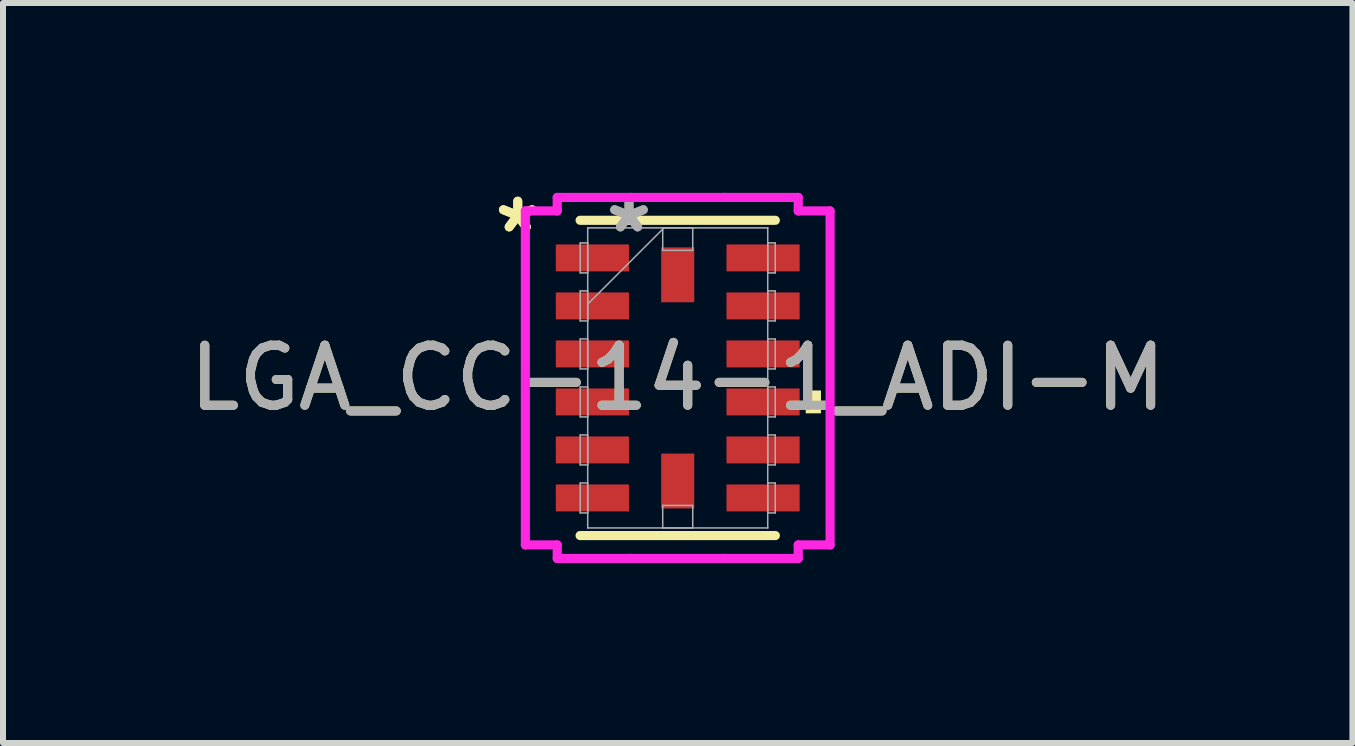
<source format=kicad_pcb>
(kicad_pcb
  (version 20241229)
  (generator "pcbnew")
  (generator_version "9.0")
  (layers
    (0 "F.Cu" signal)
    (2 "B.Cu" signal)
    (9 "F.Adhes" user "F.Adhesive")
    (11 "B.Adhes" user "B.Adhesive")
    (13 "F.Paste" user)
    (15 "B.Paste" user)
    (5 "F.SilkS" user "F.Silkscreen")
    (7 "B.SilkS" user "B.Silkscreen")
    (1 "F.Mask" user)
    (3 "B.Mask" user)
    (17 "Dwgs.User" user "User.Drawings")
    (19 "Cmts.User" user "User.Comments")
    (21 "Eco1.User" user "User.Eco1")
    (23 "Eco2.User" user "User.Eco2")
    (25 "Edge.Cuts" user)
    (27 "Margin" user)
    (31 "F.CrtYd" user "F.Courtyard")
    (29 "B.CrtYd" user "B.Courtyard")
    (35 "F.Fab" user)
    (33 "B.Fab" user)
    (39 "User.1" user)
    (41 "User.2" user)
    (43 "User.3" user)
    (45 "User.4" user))
  (footprint "LGA_CC-14-1_ADI-M"
    (layer "F.Cu")
    (at 8.244 3.248)
    (property "Reference" "LGA_CC-14-1_ADI-M" (at 0 0 0) (unlocked yes) (layer "F.SilkS") (effects (font (size 1 1) (thickness 0.15))))
    (attr smd)
    (fp_line (start -1.627 2.627) (end 1.627 2.627) (stroke (width 0.152) (type solid)) (layer "F.SilkS"))
    (fp_line (start 1.627 -2.627) (end -1.627 -2.627) (stroke (width 0.152) (type solid)) (layer "F.SilkS"))
    (fp_poly (pts (xy 2.387 0.209) (xy 2.387 0.59) (xy 2.133 0.59) (xy 2.133 0.209)) (stroke (width 0) (type solid)) (fill yes) (layer "F.SilkS"))
    (fp_line (start -2.539 -2.783) (end -2.008 -2.783) (stroke (width 0.152) (type solid)) (layer "F.CrtYd"))
    (fp_line (start -2.539 2.783) (end -2.539 -2.783) (stroke (width 0.152) (type solid)) (layer "F.CrtYd"))
    (fp_line (start -2.008 -3.008) (end -0.783 -3.008) (stroke (width 0.152) (type solid)) (layer "F.CrtYd"))
    (fp_line (start -2.008 -2.783) (end -2.008 -3.008) (stroke (width 0.152) (type solid)) (layer "F.CrtYd"))
    (fp_line (start -2.008 2.783) (end -2.539 2.783) (stroke (width 0.152) (type solid)) (layer "F.CrtYd"))
    (fp_line (start -2.008 3.008) (end -2.008 2.783) (stroke (width 0.152) (type solid)) (layer "F.CrtYd"))
    (fp_line (start -0.783 -3.008) (end -0.783 -3.008) (stroke (width 0.152) (type solid)) (layer "F.CrtYd"))
    (fp_line (start -0.783 -3.008) (end 0.783 -3.008) (stroke (width 0.152) (type solid)) (layer "F.CrtYd"))
    (fp_line (start -0.783 3.008) (end -2.008 3.008) (stroke (width 0.152) (type solid)) (layer "F.CrtYd"))
    (fp_line (start -0.783 3.008) (end -0.783 3.008) (stroke (width 0.152) (type solid)) (layer "F.CrtYd"))
    (fp_line (start 0.783 -3.008) (end 0.783 -3.008) (stroke (width 0.152) (type solid)) (layer "F.CrtYd"))
    (fp_line (start 0.783 -3.008) (end 2.008 -3.008) (stroke (width 0.152) (type solid)) (layer "F.CrtYd"))
    (fp_line (start 0.783 3.008) (end -0.783 3.008) (stroke (width 0.152) (type solid)) (layer "F.CrtYd"))
    (fp_line (start 0.783 3.008) (end 0.783 3.008) (stroke (width 0.152) (type solid)) (layer "F.CrtYd"))
    (fp_line (start 2.008 -3.008) (end 2.008 -2.783) (stroke (width 0.152) (type solid)) (layer "F.CrtYd"))
    (fp_line (start 2.008 -2.783) (end 2.539 -2.783) (stroke (width 0.152) (type solid)) (layer "F.CrtYd"))
    (fp_line (start 2.008 2.783) (end 2.008 3.008) (stroke (width 0.152) (type solid)) (layer "F.CrtYd"))
    (fp_line (start 2.008 3.008) (end 0.783 3.008) (stroke (width 0.152) (type solid)) (layer "F.CrtYd"))
    (fp_line (start 2.539 -2.783) (end 2.539 2.783) (stroke (width 0.152) (type solid)) (layer "F.CrtYd"))
    (fp_line (start 2.539 2.783) (end 2.008 2.783) (stroke (width 0.152) (type solid)) (layer "F.CrtYd"))
    (fp_line (start -1.625 -2.25) (end -1.625 -1.75) (stroke (width 0.025) (type solid)) (layer "F.Fab"))
    (fp_line (start -1.625 -1.75) (end -1.5 -1.75) (stroke (width 0.025) (type solid)) (layer "F.Fab"))
    (fp_line (start -1.625 -1.45) (end -1.625 -0.95) (stroke (width 0.025) (type solid)) (layer "F.Fab"))
    (fp_line (start -1.625 -0.95) (end -1.5 -0.95) (stroke (width 0.025) (type solid)) (layer "F.Fab"))
    (fp_line (start -1.625 -0.65) (end -1.625 -0.15) (stroke (width 0.025) (type solid)) (layer "F.Fab"))
    (fp_line (start -1.625 -0.15) (end -1.5 -0.15) (stroke (width 0.025) (type solid)) (layer "F.Fab"))
    (fp_line (start -1.625 0.15) (end -1.625 0.65) (stroke (width 0.025) (type solid)) (layer "F.Fab"))
    (fp_line (start -1.625 0.65) (end -1.5 0.65) (stroke (width 0.025) (type solid)) (layer "F.Fab"))
    (fp_line (start -1.625 0.95) (end -1.625 1.45) (stroke (width 0.025) (type solid)) (layer "F.Fab"))
    (fp_line (start -1.625 1.45) (end -1.5 1.45) (stroke (width 0.025) (type solid)) (layer "F.Fab"))
    (fp_line (start -1.625 1.75) (end -1.625 2.25) (stroke (width 0.025) (type solid)) (layer "F.Fab"))
    (fp_line (start -1.625 2.25) (end -1.5 2.25) (stroke (width 0.025) (type solid)) (layer "F.Fab"))
    (fp_line (start -1.5 -2.5) (end -1.5 -2.5) (stroke (width 0.025) (type solid)) (layer "F.Fab"))
    (fp_line (start -1.5 -2.5) (end -1.5 2.5) (stroke (width 0.025) (type solid)) (layer "F.Fab"))
    (fp_line (start -1.5 -2.25) (end -1.625 -2.25) (stroke (width 0.025) (type solid)) (layer "F.Fab"))
    (fp_line (start -1.5 -1.75) (end -1.5 -2.25) (stroke (width 0.025) (type solid)) (layer "F.Fab"))
    (fp_line (start -1.5 -1.45) (end -1.625 -1.45) (stroke (width 0.025) (type solid)) (layer "F.Fab"))
    (fp_line (start -1.5 -1.23) (end -0.23 -2.5) (stroke (width 0.025) (type solid)) (layer "F.Fab"))
    (fp_line (start -1.5 -0.95) (end -1.5 -1.45) (stroke (width 0.025) (type solid)) (layer "F.Fab"))
    (fp_line (start -1.5 -0.65) (end -1.625 -0.65) (stroke (width 0.025) (type solid)) (layer "F.Fab"))
    (fp_line (start -1.5 -0.15) (end -1.5 -0.65) (stroke (width 0.025) (type solid)) (layer "F.Fab"))
    (fp_line (start -1.5 0.15) (end -1.625 0.15) (stroke (width 0.025) (type solid)) (layer "F.Fab"))
    (fp_line (start -1.5 0.65) (end -1.5 0.15) (stroke (width 0.025) (type solid)) (layer "F.Fab"))
    (fp_line (start -1.5 0.95) (end -1.625 0.95) (stroke (width 0.025) (type solid)) (layer "F.Fab"))
    (fp_line (start -1.5 1.45) (end -1.5 0.95) (stroke (width 0.025) (type solid)) (layer "F.Fab"))
    (fp_line (start -1.5 1.75) (end -1.625 1.75) (stroke (width 0.025) (type solid)) (layer "F.Fab"))
    (fp_line (start -1.5 2.25) (end -1.5 1.75) (stroke (width 0.025) (type solid)) (layer "F.Fab"))
    (fp_line (start -1.5 2.5) (end -1.5 2.5) (stroke (width 0.025) (type solid)) (layer "F.Fab"))
    (fp_line (start -1.5 2.5) (end 1.5 2.5) (stroke (width 0.025) (type solid)) (layer "F.Fab"))
    (fp_line (start -0.25 -2.5) (end 0.25 -2.5) (stroke (width 0.025) (type solid)) (layer "F.Fab"))
    (fp_line (start -0.25 -2.125) (end -0.25 -2.5) (stroke (width 0.025) (type solid)) (layer "F.Fab"))
    (fp_line (start -0.25 2.125) (end 0.25 2.125) (stroke (width 0.025) (type solid)) (layer "F.Fab"))
    (fp_line (start -0.25 2.5) (end -0.25 2.125) (stroke (width 0.025) (type solid)) (layer "F.Fab"))
    (fp_line (start 0.25 -2.5) (end 0.25 -2.125) (stroke (width 0.025) (type solid)) (layer "F.Fab"))
    (fp_line (start 0.25 -2.125) (end -0.25 -2.125) (stroke (width 0.025) (type solid)) (layer "F.Fab"))
    (fp_line (start 0.25 2.125) (end 0.25 2.5) (stroke (width 0.025) (type solid)) (layer "F.Fab"))
    (fp_line (start 0.25 2.5) (end -0.25 2.5) (stroke (width 0.025) (type solid)) (layer "F.Fab"))
    (fp_line (start 1.5 -2.5) (end -1.5 -2.5) (stroke (width 0.025) (type solid)) (layer "F.Fab"))
    (fp_line (start 1.5 -2.5) (end 1.5 -2.5) (stroke (width 0.025) (type solid)) (layer "F.Fab"))
    (fp_line (start 1.5 -2.25) (end 1.5 -1.75) (stroke (width 0.025) (type solid)) (layer "F.Fab"))
    (fp_line (start 1.5 -1.75) (end 1.625 -1.75) (stroke (width 0.025) (type solid)) (layer "F.Fab"))
    (fp_line (start 1.5 -1.45) (end 1.5 -0.95) (stroke (width 0.025) (type solid)) (layer "F.Fab"))
    (fp_line (start 1.5 -0.95) (end 1.625 -0.95) (stroke (width 0.025) (type solid)) (layer "F.Fab"))
    (fp_line (start 1.5 -0.65) (end 1.5 -0.15) (stroke (width 0.025) (type solid)) (layer "F.Fab"))
    (fp_line (start 1.5 -0.15) (end 1.625 -0.15) (stroke (width 0.025) (type solid)) (layer "F.Fab"))
    (fp_line (start 1.5 0.15) (end 1.5 0.65) (stroke (width 0.025) (type solid)) (layer "F.Fab"))
    (fp_line (start 1.5 0.65) (end 1.625 0.65) (stroke (width 0.025) (type solid)) (layer "F.Fab"))
    (fp_line (start 1.5 0.95) (end 1.5 1.45) (stroke (width 0.025) (type solid)) (layer "F.Fab"))
    (fp_line (start 1.5 1.45) (end 1.625 1.45) (stroke (width 0.025) (type solid)) (layer "F.Fab"))
    (fp_line (start 1.5 1.75) (end 1.5 2.25) (stroke (width 0.025) (type solid)) (layer "F.Fab"))
    (fp_line (start 1.5 2.25) (end 1.625 2.25) (stroke (width 0.025) (type solid)) (layer "F.Fab"))
    (fp_line (start 1.5 2.5) (end 1.5 -2.5) (stroke (width 0.025) (type solid)) (layer "F.Fab"))
    (fp_line (start 1.5 2.5) (end 1.5 2.5) (stroke (width 0.025) (type solid)) (layer "F.Fab"))
    (fp_line (start 1.625 -2.25) (end 1.5 -2.25) (stroke (width 0.025) (type solid)) (layer "F.Fab"))
    (fp_line (start 1.625 -1.75) (end 1.625 -2.25) (stroke (width 0.025) (type solid)) (layer "F.Fab"))
    (fp_line (start 1.625 -1.45) (end 1.5 -1.45) (stroke (width 0.025) (type solid)) (layer "F.Fab"))
    (fp_line (start 1.625 -0.95) (end 1.625 -1.45) (stroke (width 0.025) (type solid)) (layer "F.Fab"))
    (fp_line (start 1.625 -0.65) (end 1.5 -0.65) (stroke (width 0.025) (type solid)) (layer "F.Fab"))
    (fp_line (start 1.625 -0.15) (end 1.625 -0.65) (stroke (width 0.025) (type solid)) (layer "F.Fab"))
    (fp_line (start 1.625 0.15) (end 1.5 0.15) (stroke (width 0.025) (type solid)) (layer "F.Fab"))
    (fp_line (start 1.625 0.65) (end 1.625 0.15) (stroke (width 0.025) (type solid)) (layer "F.Fab"))
    (fp_line (start 1.625 0.95) (end 1.5 0.95) (stroke (width 0.025) (type solid)) (layer "F.Fab"))
    (fp_line (start 1.625 1.45) (end 1.625 0.95) (stroke (width 0.025) (type solid)) (layer "F.Fab"))
    (fp_line (start 1.625 1.75) (end 1.5 1.75) (stroke (width 0.025) (type solid)) (layer "F.Fab"))
    (fp_line (start 1.625 2.25) (end 1.625 1.75) (stroke (width 0.025) (type solid)) (layer "F.Fab"))
    (fp_text user "*" (at -2.666 -2.4 0) (unlocked yes) (layer "F.SilkS") (effects (font (size 1 1) (thickness 0.15))))
    (fp_text user "*" (at -2.666 -2.4 0) (layer "F.SilkS") (effects (font (size 1 1) (thickness 0.15))))
    (fp_text user "${REFERENCE}" (at 0 0 0) (unlocked yes) (layer "F.Fab") (effects (font (size 1 1) (thickness 0.15))))
    (fp_text user "*" (at -0.812 -2.4 0) (unlocked yes) (layer "F.Fab") (effects (font (size 1 1) (thickness 0.15))))
    (fp_text user "*" (at -0.812 -2.4 0) (layer "F.Fab") (effects (font (size 1 1) (thickness 0.15))))
    (pad "1" smd rect (at -1.422 -2 90) (size 0.449 1.219) (layers "F.Cu" "F.Mask" "F.Paste"))
    (pad "2" smd rect (at -1.422 -1.2 90) (size 0.449 1.219) (layers "F.Cu" "F.Mask" "F.Paste"))
    (pad "3" smd rect (at -1.422 -0.4 90) (size 0.449 1.219) (layers "F.Cu" "F.Mask" "F.Paste"))
    (pad "4" smd rect (at -1.422 0.4 90) (size 0.449 1.219) (layers "F.Cu" "F.Mask" "F.Paste"))
    (pad "5" smd rect (at -1.422 1.2 90) (size 0.449 1.219) (layers "F.Cu" "F.Mask" "F.Paste"))
    (pad "6" smd rect (at -1.422 2 90) (size 0.449 1.219) (layers "F.Cu" "F.Mask" "F.Paste"))
    (pad "7" smd rect (at 0 1.718) (size 0.551 0.915) (layers "F.Cu" "F.Mask" "F.Paste"))
    (pad "8" smd rect (at 1.422 2 90) (size 0.449 1.219) (layers "F.Cu" "F.Mask" "F.Paste"))
    (pad "9" smd rect (at 1.422 1.2 90) (size 0.449 1.219) (layers "F.Cu" "F.Mask" "F.Paste"))
    (pad "10" smd rect (at 1.422 0.4 90) (size 0.449 1.219) (layers "F.Cu" "F.Mask" "F.Paste"))
    (pad "11" smd rect (at 1.422 -0.4 90) (size 0.449 1.219) (layers "F.Cu" "F.Mask" "F.Paste"))
    (pad "12" smd rect (at 1.422 -1.2 90) (size 0.449 1.219) (layers "F.Cu" "F.Mask" "F.Paste"))
    (pad "13" smd rect (at 1.422 -2 90) (size 0.449 1.219) (layers "F.Cu" "F.Mask" "F.Paste"))
    (pad "14" smd rect (at 0 -1.718) (size 0.551 0.915) (layers "F.Cu" "F.Mask" "F.Paste")))
  (gr_rect
    (start -3 -3)
    (end 19.488 9.332)
    (stroke (width 0.1) (type default))
    (fill no)
    (layer "Edge.Cuts")))
</source>
